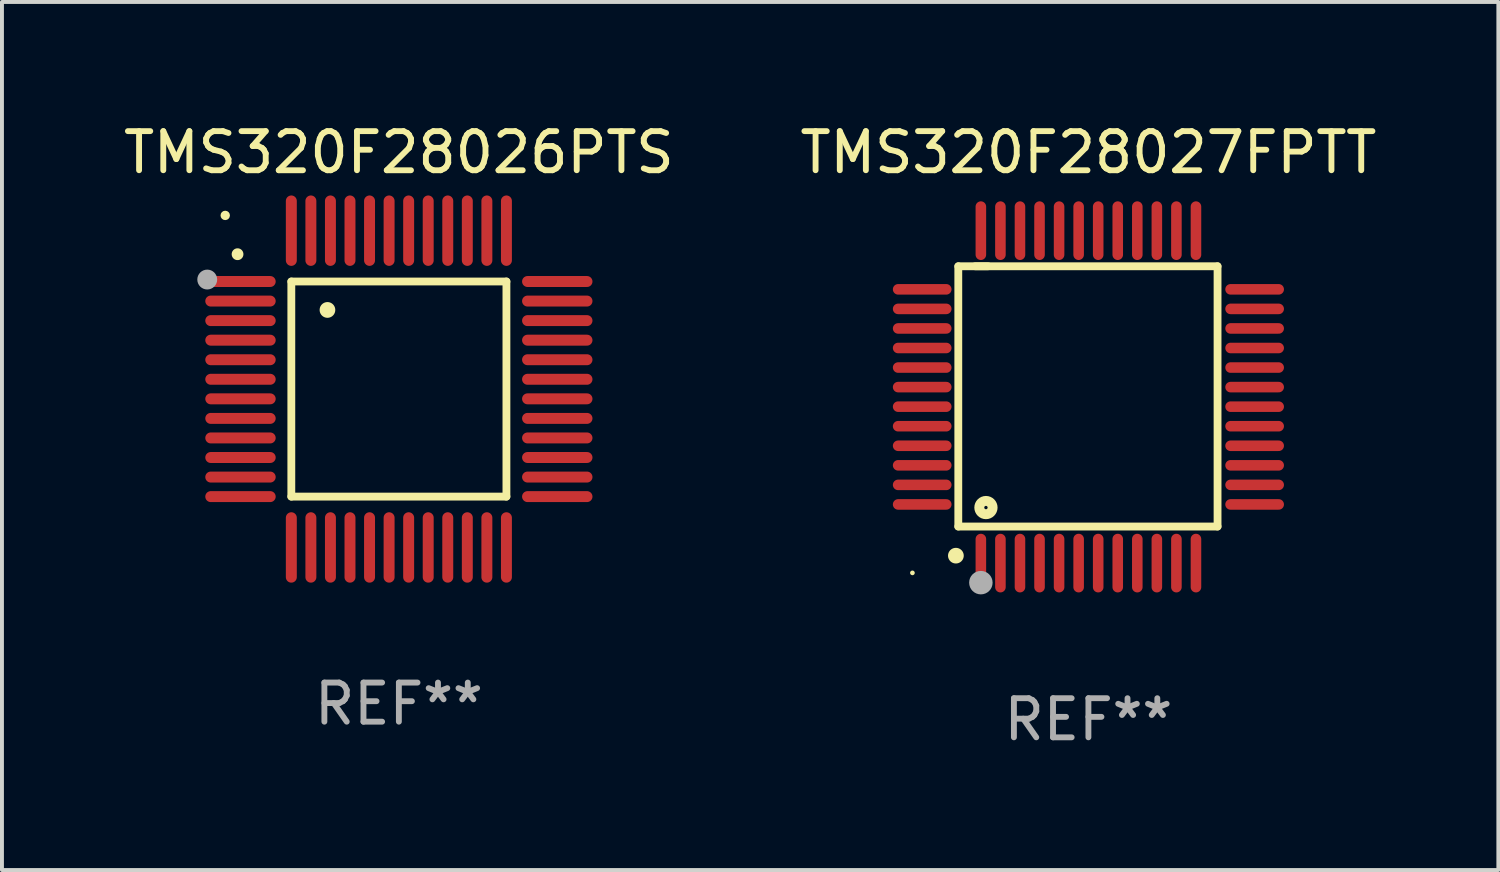
<source format=kicad_pcb>
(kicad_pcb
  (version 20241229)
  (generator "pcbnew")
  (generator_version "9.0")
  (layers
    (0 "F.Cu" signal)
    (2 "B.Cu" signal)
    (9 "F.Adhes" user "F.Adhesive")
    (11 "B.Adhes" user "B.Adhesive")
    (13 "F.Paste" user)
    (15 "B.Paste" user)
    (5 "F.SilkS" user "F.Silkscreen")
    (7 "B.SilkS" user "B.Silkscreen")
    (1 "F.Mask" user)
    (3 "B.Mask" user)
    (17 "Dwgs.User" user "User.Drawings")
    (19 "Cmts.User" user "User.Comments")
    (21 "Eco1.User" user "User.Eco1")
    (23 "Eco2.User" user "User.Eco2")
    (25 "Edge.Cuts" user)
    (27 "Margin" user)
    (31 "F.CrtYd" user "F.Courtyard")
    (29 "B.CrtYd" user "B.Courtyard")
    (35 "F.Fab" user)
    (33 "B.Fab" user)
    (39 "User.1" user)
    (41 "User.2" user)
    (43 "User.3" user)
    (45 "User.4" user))
  (footprint "TMS320F28027FPTT"
    (layer "F.Cu")
    (at 24.78 7.098)
    (property "Reference" "TMS320F28027FPTT" (at 0 -6.25 0) (layer "F.SilkS") (effects (font (size 1 1) (thickness 0.15))))
    (attr through_hole)
    (fp_line (start -3.327 -3.34) (end -2.565 -3.34) (stroke (width 0.2) (type solid)) (layer "F.SilkS"))
    (fp_line (start -3.327 3.315) (end -3.327 -3.34) (stroke (width 0.2) (type solid)) (layer "F.SilkS"))
    (fp_line (start -2.896 -3.34) (end 3.302 -3.34) (stroke (width 0.2) (type solid)) (layer "F.SilkS"))
    (fp_line (start 3.302 -3.34) (end 3.302 3.315) (stroke (width 0.2) (type solid)) (layer "F.SilkS"))
    (fp_line (start 3.302 3.315) (end -3.327 3.315) (stroke (width 0.2) (type solid)) (layer "F.SilkS"))
    (fp_arc (start -3.389992 4.059995) (mid -3.388722 4.059991) (end -3.387452 4.059995) (stroke (width 0.4) (type solid)) (layer "F.SilkS"))
    (fp_circle (center -4.5 4.5) (end -4.47 4.5) (stroke (width 0.06) (type solid)) (fill no) (layer "F.SilkS"))
    (fp_circle (center -2.62 2.83) (end -2.45 2.83) (stroke (width 0.254) (type solid)) (fill no) (layer "F.SilkS"))
    (fp_circle (center -2.75 4.75) (end -2.6 4.75) (stroke (width 0.3) (type solid)) (fill no) (layer "F.Fab"))
    (fp_text user "REF**" (at 0 8.25 0) (layer "F.Fab") (effects (font (size 1 1) (thickness 0.15))))
    (pad "1" smd oval (at -2.75 4.25) (size 0.27 1.5) (layers "F.Cu" "F.Mask" "F.Paste"))
    (pad "2" smd oval (at -2.25 4.25) (size 0.27 1.5) (layers "F.Cu" "F.Mask" "F.Paste"))
    (pad "3" smd oval (at -1.75 4.25) (size 0.27 1.5) (layers "F.Cu" "F.Mask" "F.Paste"))
    (pad "4" smd oval (at -1.25 4.25) (size 0.27 1.5) (layers "F.Cu" "F.Mask" "F.Paste"))
    (pad "5" smd oval (at -0.75 4.25) (size 0.27 1.5) (layers "F.Cu" "F.Mask" "F.Paste"))
    (pad "6" smd oval (at -0.25 4.25) (size 0.27 1.5) (layers "F.Cu" "F.Mask" "F.Paste"))
    (pad "7" smd oval (at 0.25 4.25) (size 0.27 1.5) (layers "F.Cu" "F.Mask" "F.Paste"))
    (pad "8" smd oval (at 0.75 4.25) (size 0.27 1.5) (layers "F.Cu" "F.Mask" "F.Paste"))
    (pad "9" smd oval (at 1.25 4.25) (size 0.27 1.5) (layers "F.Cu" "F.Mask" "F.Paste"))
    (pad "10" smd oval (at 1.75 4.25) (size 0.27 1.5) (layers "F.Cu" "F.Mask" "F.Paste"))
    (pad "11" smd oval (at 2.25 4.25) (size 0.27 1.5) (layers "F.Cu" "F.Mask" "F.Paste"))
    (pad "12" smd oval (at 2.75 4.25) (size 0.27 1.5) (layers "F.Cu" "F.Mask" "F.Paste"))
    (pad "13" smd oval (at 4.25 2.75) (size 1.5 0.27) (layers "F.Cu" "F.Mask" "F.Paste"))
    (pad "14" smd oval (at 4.25 2.25) (size 1.5 0.27) (layers "F.Cu" "F.Mask" "F.Paste"))
    (pad "15" smd oval (at 4.25 1.75) (size 1.5 0.27) (layers "F.Cu" "F.Mask" "F.Paste"))
    (pad "16" smd oval (at 4.25 1.25) (size 1.5 0.27) (layers "F.Cu" "F.Mask" "F.Paste"))
    (pad "17" smd oval (at 4.25 0.75) (size 1.5 0.27) (layers "F.Cu" "F.Mask" "F.Paste"))
    (pad "18" smd oval (at 4.25 0.25) (size 1.5 0.27) (layers "F.Cu" "F.Mask" "F.Paste"))
    (pad "19" smd oval (at 4.25 -0.25) (size 1.5 0.27) (layers "F.Cu" "F.Mask" "F.Paste"))
    (pad "20" smd oval (at 4.25 -0.75) (size 1.5 0.27) (layers "F.Cu" "F.Mask" "F.Paste"))
    (pad "21" smd oval (at 4.25 -1.25) (size 1.5 0.27) (layers "F.Cu" "F.Mask" "F.Paste"))
    (pad "22" smd oval (at 4.25 -1.75) (size 1.5 0.27) (layers "F.Cu" "F.Mask" "F.Paste"))
    (pad "23" smd oval (at 4.25 -2.25) (size 1.5 0.27) (layers "F.Cu" "F.Mask" "F.Paste"))
    (pad "24" smd oval (at 4.25 -2.75) (size 1.5 0.27) (layers "F.Cu" "F.Mask" "F.Paste"))
    (pad "25" smd oval (at 2.75 -4.25) (size 0.27 1.5) (layers "F.Cu" "F.Mask" "F.Paste"))
    (pad "26" smd oval (at 2.25 -4.25) (size 0.27 1.5) (layers "F.Cu" "F.Mask" "F.Paste"))
    (pad "27" smd oval (at 1.75 -4.25) (size 0.27 1.5) (layers "F.Cu" "F.Mask" "F.Paste"))
    (pad "28" smd oval (at 1.25 -4.25) (size 0.27 1.5) (layers "F.Cu" "F.Mask" "F.Paste"))
    (pad "29" smd oval (at 0.75 -4.25) (size 0.27 1.5) (layers "F.Cu" "F.Mask" "F.Paste"))
    (pad "30" smd oval (at 0.25 -4.25) (size 0.27 1.5) (layers "F.Cu" "F.Mask" "F.Paste"))
    (pad "31" smd oval (at -0.25 -4.25) (size 0.27 1.5) (layers "F.Cu" "F.Mask" "F.Paste"))
    (pad "32" smd oval (at -0.75 -4.25) (size 0.27 1.5) (layers "F.Cu" "F.Mask" "F.Paste"))
    (pad "33" smd oval (at -1.25 -4.25) (size 0.27 1.5) (layers "F.Cu" "F.Mask" "F.Paste"))
    (pad "34" smd oval (at -1.75 -4.25) (size 0.27 1.5) (layers "F.Cu" "F.Mask" "F.Paste"))
    (pad "35" smd oval (at -2.25 -4.25) (size 0.27 1.5) (layers "F.Cu" "F.Mask" "F.Paste"))
    (pad "36" smd oval (at -2.75 -4.25) (size 0.27 1.5) (layers "F.Cu" "F.Mask" "F.Paste"))
    (pad "37" smd oval (at -4.25 -2.75) (size 1.5 0.27) (layers "F.Cu" "F.Mask" "F.Paste"))
    (pad "38" smd oval (at -4.25 -2.25) (size 1.5 0.27) (layers "F.Cu" "F.Mask" "F.Paste"))
    (pad "39" smd oval (at -4.25 -1.75) (size 1.5 0.27) (layers "F.Cu" "F.Mask" "F.Paste"))
    (pad "40" smd oval (at -4.25 -1.25) (size 1.5 0.27) (layers "F.Cu" "F.Mask" "F.Paste"))
    (pad "41" smd oval (at -4.25 -0.75) (size 1.5 0.27) (layers "F.Cu" "F.Mask" "F.Paste"))
    (pad "42" smd oval (at -4.25 -0.25) (size 1.5 0.27) (layers "F.Cu" "F.Mask" "F.Paste"))
    (pad "43" smd oval (at -4.25 0.25) (size 1.5 0.27) (layers "F.Cu" "F.Mask" "F.Paste"))
    (pad "44" smd oval (at -4.25 0.75) (size 1.5 0.27) (layers "F.Cu" "F.Mask" "F.Paste"))
    (pad "45" smd oval (at -4.25 1.25) (size 1.5 0.27) (layers "F.Cu" "F.Mask" "F.Paste"))
    (pad "46" smd oval (at -4.25 1.75) (size 1.5 0.27) (layers "F.Cu" "F.Mask" "F.Paste"))
    (pad "47" smd oval (at -4.25 2.25) (size 1.5 0.27) (layers "F.Cu" "F.Mask" "F.Paste"))
    (pad "48" smd oval (at -4.25 2.75) (size 1.5 0.27) (layers "F.Cu" "F.Mask" "F.Paste")))
  (footprint "TMS320F28026PTS"
    (layer "F.Cu")
    (at 7.149 6.898)
    (property "Reference" "TMS320F28026PTS" (at 0 -6.05 0) (layer "F.SilkS") (effects (font (size 1 1) (thickness 0.15))))
    (attr through_hole)
    (fp_line (start -2.75 -2.75) (end 2.75 -2.75) (stroke (width 0.2) (type solid)) (layer "F.SilkS"))
    (fp_line (start -2.75 2.75) (end -2.75 -2.75) (stroke (width 0.2) (type solid)) (layer "F.SilkS"))
    (fp_line (start 2.75 -2.75) (end 2.75 2.75) (stroke (width 0.2) (type solid)) (layer "F.SilkS"))
    (fp_line (start 2.75 2.75) (end -2.75 2.75) (stroke (width 0.2) (type solid)) (layer "F.SilkS"))
    (fp_arc (start -4.124968 -3.446787) (mid -4.124973 -3.448057) (end -4.124968 -3.449327) (stroke (width 0.3) (type solid)) (layer "F.SilkS"))
    (fp_arc (start -1.826264 -2.021844) (mid -1.826268 -2.023114) (end -1.826264 -2.024384) (stroke (width 0.4) (type solid)) (layer "F.SilkS"))
    (fp_circle (center -4.44 -4.44) (end -4.38 -4.44) (stroke (width 0.12) (type solid)) (fill no) (layer "F.SilkS"))
    (fp_circle (center -4.9 -2.8) (end -4.773 -2.8) (stroke (width 0.254) (type solid)) (fill no) (layer "F.Fab"))
    (fp_text user "REF**" (at 0 8.05 0) (layer "F.Fab") (effects (font (size 1 1) (thickness 0.15))))
    (pad "1" smd oval (at -4.05 -2.75 90) (size 0.28 1.8) (layers "F.Cu" "F.Mask" "F.Paste"))
    (pad "2" smd oval (at -4.05 -2.25 90) (size 0.28 1.8) (layers "F.Cu" "F.Mask" "F.Paste"))
    (pad "3" smd oval (at -4.05 -1.75 90) (size 0.28 1.8) (layers "F.Cu" "F.Mask" "F.Paste"))
    (pad "4" smd oval (at -4.05 -1.25 90) (size 0.28 1.8) (layers "F.Cu" "F.Mask" "F.Paste"))
    (pad "5" smd oval (at -4.05 -0.75 90) (size 0.28 1.8) (layers "F.Cu" "F.Mask" "F.Paste"))
    (pad "6" smd oval (at -4.05 -0.25 90) (size 0.28 1.8) (layers "F.Cu" "F.Mask" "F.Paste"))
    (pad "7" smd oval (at -4.05 0.25 90) (size 0.28 1.8) (layers "F.Cu" "F.Mask" "F.Paste"))
    (pad "8" smd oval (at -4.05 0.75 90) (size 0.28 1.8) (layers "F.Cu" "F.Mask" "F.Paste"))
    (pad "9" smd oval (at -4.05 1.25 90) (size 0.28 1.8) (layers "F.Cu" "F.Mask" "F.Paste"))
    (pad "10" smd oval (at -4.05 1.75 90) (size 0.28 1.8) (layers "F.Cu" "F.Mask" "F.Paste"))
    (pad "11" smd oval (at -4.05 2.25 90) (size 0.28 1.8) (layers "F.Cu" "F.Mask" "F.Paste"))
    (pad "12" smd oval (at -4.05 2.75 90) (size 0.28 1.8) (layers "F.Cu" "F.Mask" "F.Paste"))
    (pad "13" smd oval (at -2.75 4.05) (size 0.28 1.8) (layers "F.Cu" "F.Mask" "F.Paste"))
    (pad "14" smd oval (at -2.25 4.05) (size 0.28 1.8) (layers "F.Cu" "F.Mask" "F.Paste"))
    (pad "15" smd oval (at -1.75 4.05) (size 0.28 1.8) (layers "F.Cu" "F.Mask" "F.Paste"))
    (pad "16" smd oval (at -1.25 4.05) (size 0.28 1.8) (layers "F.Cu" "F.Mask" "F.Paste"))
    (pad "17" smd oval (at -0.75 4.05) (size 0.28 1.8) (layers "F.Cu" "F.Mask" "F.Paste"))
    (pad "18" smd oval (at -0.25 4.05) (size 0.28 1.8) (layers "F.Cu" "F.Mask" "F.Paste"))
    (pad "19" smd oval (at 0.25 4.05) (size 0.28 1.8) (layers "F.Cu" "F.Mask" "F.Paste"))
    (pad "20" smd oval (at 0.75 4.05) (size 0.28 1.8) (layers "F.Cu" "F.Mask" "F.Paste"))
    (pad "21" smd oval (at 1.25 4.05) (size 0.28 1.8) (layers "F.Cu" "F.Mask" "F.Paste"))
    (pad "22" smd oval (at 1.75 4.05) (size 0.28 1.8) (layers "F.Cu" "F.Mask" "F.Paste"))
    (pad "23" smd oval (at 2.25 4.05) (size 0.28 1.8) (layers "F.Cu" "F.Mask" "F.Paste"))
    (pad "24" smd oval (at 2.75 4.05) (size 0.28 1.8) (layers "F.Cu" "F.Mask" "F.Paste"))
    (pad "25" smd oval (at 4.05 2.75 90) (size 0.28 1.8) (layers "F.Cu" "F.Mask" "F.Paste"))
    (pad "26" smd oval (at 4.05 2.25 90) (size 0.28 1.8) (layers "F.Cu" "F.Mask" "F.Paste"))
    (pad "27" smd oval (at 4.05 1.75 90) (size 0.28 1.8) (layers "F.Cu" "F.Mask" "F.Paste"))
    (pad "28" smd oval (at 4.05 1.25 90) (size 0.28 1.8) (layers "F.Cu" "F.Mask" "F.Paste"))
    (pad "29" smd oval (at 4.05 0.75 90) (size 0.28 1.8) (layers "F.Cu" "F.Mask" "F.Paste"))
    (pad "30" smd oval (at 4.05 0.25 90) (size 0.28 1.8) (layers "F.Cu" "F.Mask" "F.Paste"))
    (pad "31" smd oval (at 4.05 -0.25 90) (size 0.28 1.8) (layers "F.Cu" "F.Mask" "F.Paste"))
    (pad "32" smd oval (at 4.05 -0.75 90) (size 0.28 1.8) (layers "F.Cu" "F.Mask" "F.Paste"))
    (pad "33" smd oval (at 4.05 -1.25 90) (size 0.28 1.8) (layers "F.Cu" "F.Mask" "F.Paste"))
    (pad "34" smd oval (at 4.05 -1.75 90) (size 0.28 1.8) (layers "F.Cu" "F.Mask" "F.Paste"))
    (pad "35" smd oval (at 4.05 -2.25 90) (size 0.28 1.8) (layers "F.Cu" "F.Mask" "F.Paste"))
    (pad "36" smd oval (at 4.05 -2.75 90) (size 0.28 1.8) (layers "F.Cu" "F.Mask" "F.Paste"))
    (pad "37" smd oval (at 2.75 -4.05) (size 0.28 1.8) (layers "F.Cu" "F.Mask" "F.Paste"))
    (pad "38" smd oval (at 2.25 -4.05) (size 0.28 1.8) (layers "F.Cu" "F.Mask" "F.Paste"))
    (pad "39" smd oval (at 1.75 -4.05) (size 0.28 1.8) (layers "F.Cu" "F.Mask" "F.Paste"))
    (pad "40" smd oval (at 1.25 -4.05) (size 0.28 1.8) (layers "F.Cu" "F.Mask" "F.Paste"))
    (pad "41" smd oval (at 0.75 -4.05) (size 0.28 1.8) (layers "F.Cu" "F.Mask" "F.Paste"))
    (pad "42" smd oval (at 0.25 -4.05) (size 0.28 1.8) (layers "F.Cu" "F.Mask" "F.Paste"))
    (pad "43" smd oval (at -0.25 -4.05) (size 0.28 1.8) (layers "F.Cu" "F.Mask" "F.Paste"))
    (pad "44" smd oval (at -0.75 -4.05) (size 0.28 1.8) (layers "F.Cu" "F.Mask" "F.Paste"))
    (pad "45" smd oval (at -1.25 -4.05) (size 0.28 1.8) (layers "F.Cu" "F.Mask" "F.Paste"))
    (pad "46" smd oval (at -1.75 -4.05) (size 0.28 1.8) (layers "F.Cu" "F.Mask" "F.Paste"))
    (pad "47" smd oval (at -2.25 -4.05) (size 0.28 1.8) (layers "F.Cu" "F.Mask" "F.Paste"))
    (pad "48" smd oval (at -2.75 -4.05) (size 0.28 1.8) (layers "F.Cu" "F.Mask" "F.Paste")))
  (gr_rect
    (start -3 -3)
    (end 35.262 19.196)
    (stroke (width 0.1) (type default))
    (fill no)
    (layer "Edge.Cuts")))
</source>
